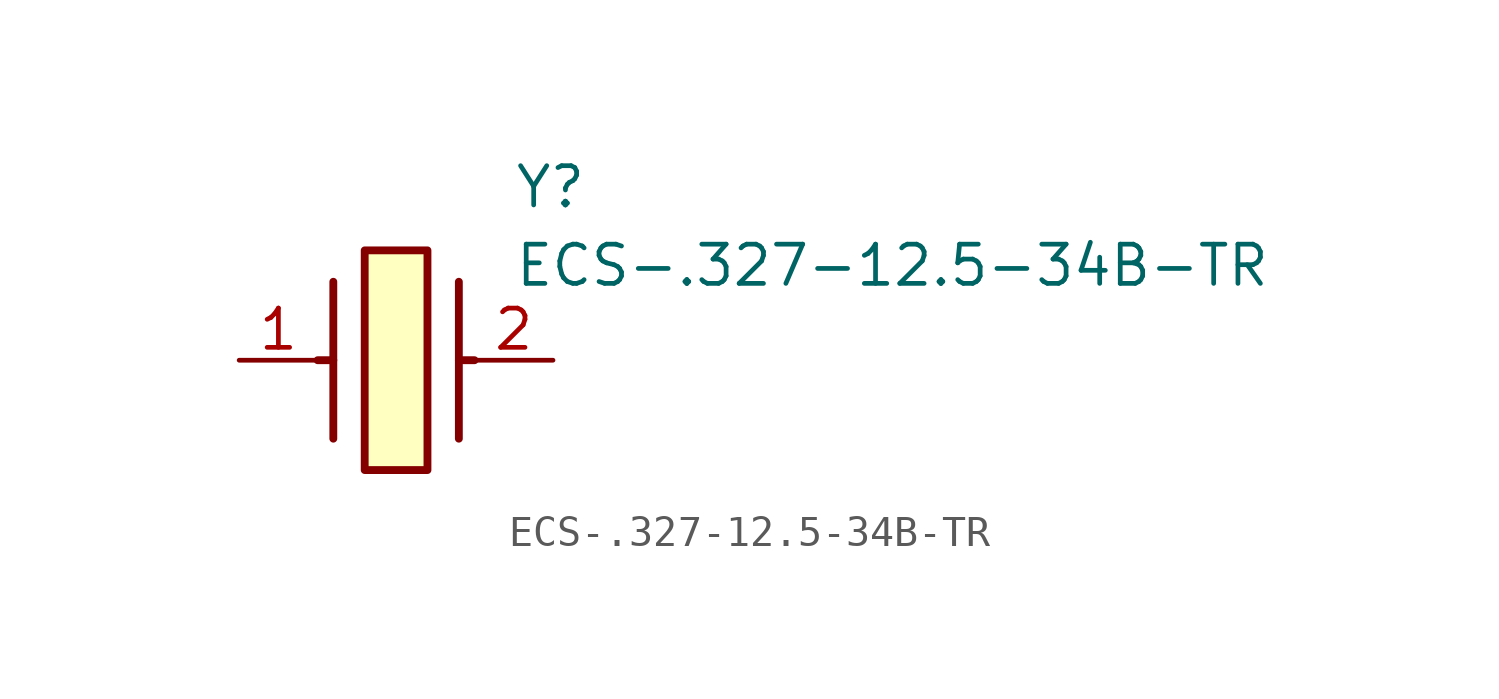
<source format=kicad_sym>
(kicad_symbol_lib
  (version 20211014)
  (generator SamacSys_ECAD_Model)
  (symbol "ECS-.327-12.5-34B-TR"
    (pin_names hide)
    (property "Reference" "Y"
      (at 8.89 6.35 0)
      (effects (font (size 1.27 1.27)) (justify left top)))
    (property "Value" "ECS-.327-12.5-34B-TR"
      (at 8.89 3.81 0)
      (effects (font (size 1.27 1.27)) (justify left top)))
    (rectangle
      (start 4.064 3.556)
      (end 6.096 -3.556)
      (stroke (width 0.254) (type default))
      (fill (type background)))
    (polyline
      (pts (xy 3.048 2.54) (xy 3.048 -2.54))
      (stroke (width 0.254) (type default))
      (fill (type none)))
    (polyline
      (pts (xy 7.112 2.54) (xy 7.112 -2.54))
      (stroke (width 0.254) (type default))
      (fill (type none)))
    (polyline
      (pts (xy 7.112 0) (xy 7.62 0))
      (stroke (width 0.254) (type default))
      (fill (type none)))
    (polyline
      (pts (xy 3.048 0) (xy 2.54 0))
      (stroke (width 0.254) (type default))
      (fill (type none)))
    (pin passive line
      (at 0 0 0)
      (length 2.54)
      (name "1" (effects (font (size 1.27 1.27))))
      (number "1" (effects (font (size 1.27 1.27)))))
    (pin passive line
      (at 10.16 0 180)
      (length 2.54)
      (name "2" (effects (font (size 1.27 1.27))))
      (number "2" (effects (font (size 1.27 1.27)))))))
</source>
